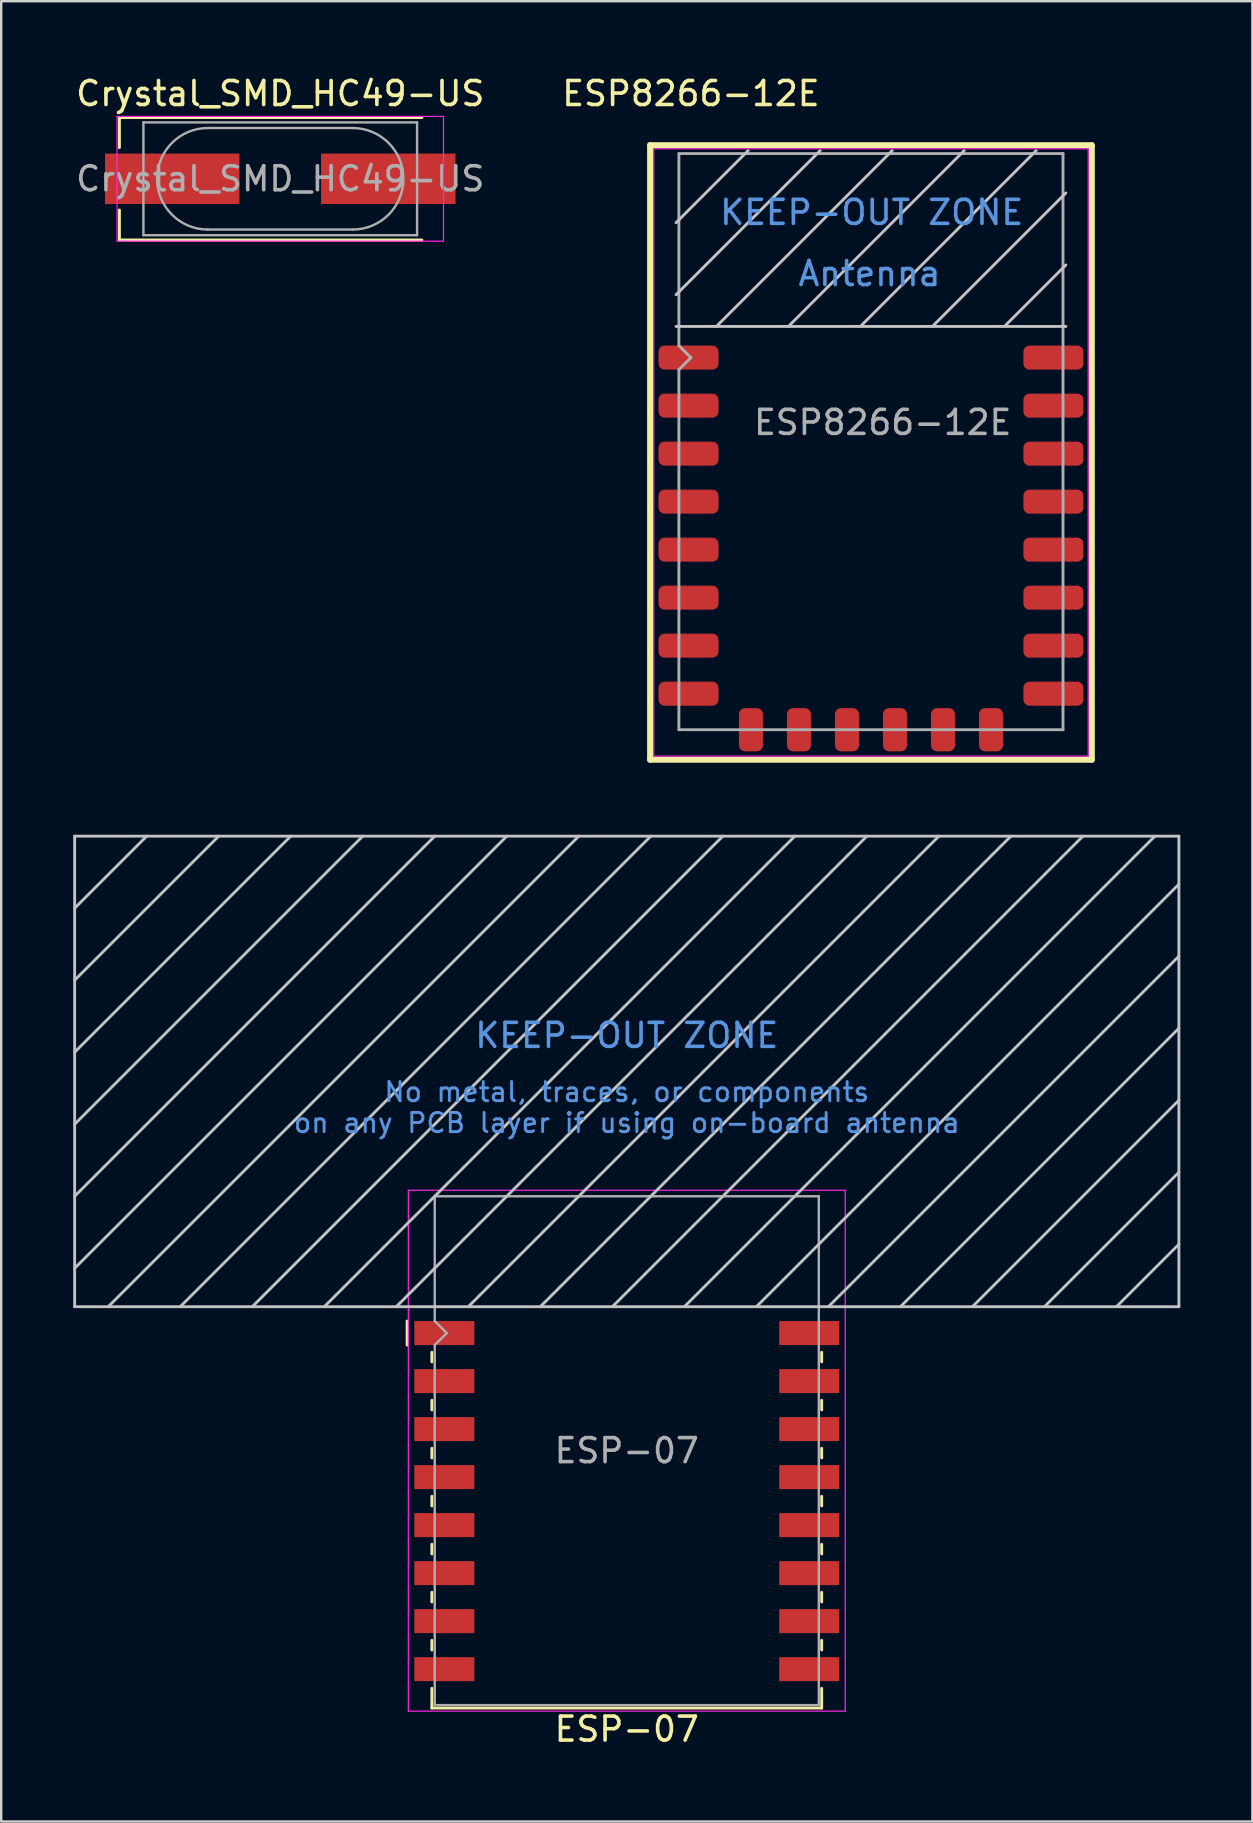
<source format=kicad_pcb>
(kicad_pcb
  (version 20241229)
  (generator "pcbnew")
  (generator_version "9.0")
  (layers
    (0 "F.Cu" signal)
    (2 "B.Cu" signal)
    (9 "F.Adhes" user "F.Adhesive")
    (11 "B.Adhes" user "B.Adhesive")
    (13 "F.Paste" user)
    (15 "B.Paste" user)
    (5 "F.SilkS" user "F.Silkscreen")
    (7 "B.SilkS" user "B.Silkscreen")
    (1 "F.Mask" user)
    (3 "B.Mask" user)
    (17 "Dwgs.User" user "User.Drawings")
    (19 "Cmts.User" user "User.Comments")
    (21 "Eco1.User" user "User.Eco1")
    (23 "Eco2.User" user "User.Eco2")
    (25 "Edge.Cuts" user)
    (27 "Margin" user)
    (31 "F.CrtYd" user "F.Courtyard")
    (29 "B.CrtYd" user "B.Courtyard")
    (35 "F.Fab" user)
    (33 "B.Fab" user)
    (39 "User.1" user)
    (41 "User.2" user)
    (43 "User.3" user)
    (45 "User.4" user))
  (footprint "ESP-07"
    (layer "F.Cu")
    (at 23.06 57.383)
    (property "Reference" "ESP-07" (at 0 11.6 0) (layer "F.SilkS") (effects (font (size 1 1) (thickness 0.15))))
    (attr smd)
    (fp_line (start -9.15 -5.4) (end -9.15 -4.4) (stroke (width 0.12) (type solid)) (layer "F.SilkS"))
    (fp_line (start -8.12 -3.7) (end -8.12 -4.1) (stroke (width 0.12) (type solid)) (layer "F.SilkS"))
    (fp_line (start -8.12 -1.7) (end -8.12 -2.1) (stroke (width 0.12) (type solid)) (layer "F.SilkS"))
    (fp_line (start -8.12 0.3) (end -8.12 -0.1) (stroke (width 0.12) (type solid)) (layer "F.SilkS"))
    (fp_line (start -8.12 2.3) (end -8.12 1.9) (stroke (width 0.12) (type solid)) (layer "F.SilkS"))
    (fp_line (start -8.12 4.3) (end -8.12 3.9) (stroke (width 0.12) (type solid)) (layer "F.SilkS"))
    (fp_line (start -8.12 6.3) (end -8.12 5.9) (stroke (width 0.12) (type solid)) (layer "F.SilkS"))
    (fp_line (start -8.12 8.3) (end -8.12 7.9) (stroke (width 0.12) (type solid)) (layer "F.SilkS"))
    (fp_line (start -8.12 10.72) (end -8.12 9.9) (stroke (width 0.12) (type solid)) (layer "F.SilkS"))
    (fp_line (start 8.12 -3.7) (end 8.12 -4.1) (stroke (width 0.12) (type solid)) (layer "F.SilkS"))
    (fp_line (start 8.12 -1.7) (end 8.12 -2.1) (stroke (width 0.12) (type solid)) (layer "F.SilkS"))
    (fp_line (start 8.12 0.3) (end 8.12 -0.1) (stroke (width 0.12) (type solid)) (layer "F.SilkS"))
    (fp_line (start 8.12 2.3) (end 8.12 1.9) (stroke (width 0.12) (type solid)) (layer "F.SilkS"))
    (fp_line (start 8.12 4.3) (end 8.12 3.9) (stroke (width 0.12) (type solid)) (layer "F.SilkS"))
    (fp_line (start 8.12 6.3) (end 8.12 5.9) (stroke (width 0.12) (type solid)) (layer "F.SilkS"))
    (fp_line (start 8.12 8.3) (end 8.12 7.9) (stroke (width 0.12) (type solid)) (layer "F.SilkS"))
    (fp_line (start 8.12 9.9) (end 8.12 10.72) (stroke (width 0.12) (type solid)) (layer "F.SilkS"))
    (fp_line (start 8.12 10.72) (end -8.12 10.72) (stroke (width 0.12) (type solid)) (layer "F.SilkS"))
    (fp_line (start -23 -25.6) (end -23 -6) (stroke (width 0.12) (type solid)) (layer "Dwgs.User"))
    (fp_line (start -23 -25.6) (end 23 -25.6) (stroke (width 0.12) (type solid)) (layer "Dwgs.User"))
    (fp_line (start -20 -25.6) (end -23 -22.6) (stroke (width 0.12) (type solid)) (layer "Dwgs.User"))
    (fp_line (start -17 -25.6) (end -23 -19.6) (stroke (width 0.12) (type solid)) (layer "Dwgs.User"))
    (fp_line (start -15.6 -6) (end 4 -25.6) (stroke (width 0.12) (type solid)) (layer "Dwgs.User"))
    (fp_line (start -14 -25.6) (end -23 -16.6) (stroke (width 0.12) (type solid)) (layer "Dwgs.User"))
    (fp_line (start -11 -25.6) (end -23 -13.6) (stroke (width 0.12) (type solid)) (layer "Dwgs.User"))
    (fp_line (start -8 -25.6) (end -23 -10.6) (stroke (width 0.12) (type solid)) (layer "Dwgs.User"))
    (fp_line (start -6.6 -6) (end 13 -25.6) (stroke (width 0.12) (type solid)) (layer "Dwgs.User"))
    (fp_line (start -5 -25.6) (end -23 -7.6) (stroke (width 0.12) (type solid)) (layer "Dwgs.User"))
    (fp_line (start -2 -25.6) (end -21.6 -6) (stroke (width 0.12) (type solid)) (layer "Dwgs.User"))
    (fp_line (start 1 -25.6) (end -18.6 -6) (stroke (width 0.12) (type solid)) (layer "Dwgs.User"))
    (fp_line (start 2.4 -6) (end 22 -25.6) (stroke (width 0.12) (type solid)) (layer "Dwgs.User"))
    (fp_line (start 5.4 -6) (end 23 -23.6) (stroke (width 0.12) (type solid)) (layer "Dwgs.User"))
    (fp_line (start 7 -25.6) (end -12.6 -6) (stroke (width 0.12) (type solid)) (layer "Dwgs.User"))
    (fp_line (start 10 -25.6) (end -9.6 -6) (stroke (width 0.12) (type solid)) (layer "Dwgs.User"))
    (fp_line (start 16 -25.6) (end -3.6 -6) (stroke (width 0.12) (type solid)) (layer "Dwgs.User"))
    (fp_line (start 19 -25.6) (end -0.6 -6) (stroke (width 0.12) (type solid)) (layer "Dwgs.User"))
    (fp_line (start 23 -20.6) (end 8.4 -6) (stroke (width 0.12) (type solid)) (layer "Dwgs.User"))
    (fp_line (start 23 -17.6) (end 11.4 -6) (stroke (width 0.12) (type solid)) (layer "Dwgs.User"))
    (fp_line (start 23 -14.6) (end 14.4 -6) (stroke (width 0.12) (type solid)) (layer "Dwgs.User"))
    (fp_line (start 23 -11.6) (end 17.4 -6) (stroke (width 0.12) (type solid)) (layer "Dwgs.User"))
    (fp_line (start 23 -8.6) (end 20.4 -6) (stroke (width 0.12) (type solid)) (layer "Dwgs.User"))
    (fp_line (start 23 -6) (end -23 -6) (stroke (width 0.12) (type solid)) (layer "Dwgs.User"))
    (fp_line (start 23 -6) (end 23 -25.6) (stroke (width 0.12) (type solid)) (layer "Dwgs.User"))
    (fp_line (start -9.1 -10.85) (end 9.1 -10.85) (stroke (width 0.05) (type solid)) (layer "F.CrtYd"))
    (fp_line (start -9.1 10.85) (end -9.1 -10.85) (stroke (width 0.05) (type solid)) (layer "F.CrtYd"))
    (fp_line (start 9.1 -10.85) (end 9.1 10.85) (stroke (width 0.05) (type solid)) (layer "F.CrtYd"))
    (fp_line (start 9.1 10.85) (end -9.1 10.85) (stroke (width 0.05) (type solid)) (layer "F.CrtYd"))
    (fp_line (start -8 -10.6) (end 8 -10.6) (stroke (width 0.1) (type solid)) (layer "F.Fab"))
    (fp_line (start -8 -5.4) (end -8 -10.6) (stroke (width 0.1) (type solid)) (layer "F.Fab"))
    (fp_line (start -8 -4.4) (end -7.5 -4.9) (stroke (width 0.1) (type solid)) (layer "F.Fab"))
    (fp_line (start -8 10.6) (end -8 -4.4) (stroke (width 0.1) (type solid)) (layer "F.Fab"))
    (fp_line (start -7.5 -4.9) (end -8 -5.4) (stroke (width 0.1) (type solid)) (layer "F.Fab"))
    (fp_line (start 8 -10.6) (end 8 10.6) (stroke (width 0.1) (type solid)) (layer "F.Fab"))
    (fp_line (start 8 10.6) (end -8 10.6) (stroke (width 0.1) (type solid)) (layer "F.Fab"))
    (fp_text user "No metal, traces, or components\non any PCB layer if using on-board antenna" (at 0 -14.3 180) (layer "Cmts.User") (effects (font (size 0.8 0.8) (thickness 0.12))))
    (fp_text user "KEEP-OUT ZONE" (at 0 -17.3 180) (layer "Cmts.User") (effects (font (size 1 1) (thickness 0.15))))
    (fp_text user "${REFERENCE}" (at 0 0 0) (layer "F.Fab") (effects (font (size 1 1) (thickness 0.15))))
    (pad "1" smd rect (at -7.6 -4.9) (size 2.5 1) (layers "F.Cu" "F.Mask" "F.Paste"))
    (pad "2" smd rect (at -7.6 -2.9) (size 2.5 1) (layers "F.Cu" "F.Mask" "F.Paste"))
    (pad "3" smd rect (at -7.6 -0.9) (size 2.5 1) (layers "F.Cu" "F.Mask" "F.Paste"))
    (pad "4" smd rect (at -7.6 1.1) (size 2.5 1) (layers "F.Cu" "F.Mask" "F.Paste"))
    (pad "5" smd rect (at -7.6 3.1) (size 2.5 1) (layers "F.Cu" "F.Mask" "F.Paste"))
    (pad "6" smd rect (at -7.6 5.1) (size 2.5 1) (layers "F.Cu" "F.Mask" "F.Paste"))
    (pad "7" smd rect (at -7.6 7.1) (size 2.5 1) (layers "F.Cu" "F.Mask" "F.Paste"))
    (pad "8" smd rect (at -7.6 9.1) (size 2.5 1) (layers "F.Cu" "F.Mask" "F.Paste"))
    (pad "9" smd rect (at 7.6 9.1) (size 2.5 1) (layers "F.Cu" "F.Mask" "F.Paste"))
    (pad "10" smd rect (at 7.6 7.1) (size 2.5 1) (layers "F.Cu" "F.Mask" "F.Paste"))
    (pad "11" smd rect (at 7.6 5.1) (size 2.5 1) (layers "F.Cu" "F.Mask" "F.Paste"))
    (pad "12" smd rect (at 7.6 3.1) (size 2.5 1) (layers "F.Cu" "F.Mask" "F.Paste"))
    (pad "13" smd rect (at 7.6 1.1) (size 2.5 1) (layers "F.Cu" "F.Mask" "F.Paste"))
    (pad "14" smd rect (at 7.6 -0.9) (size 2.5 1) (layers "F.Cu" "F.Mask" "F.Paste"))
    (pad "15" smd rect (at 7.6 -2.9) (size 2.5 1) (layers "F.Cu" "F.Mask" "F.Paste"))
    (pad "16" smd rect (at 7.6 -4.9) (size 2.5 1) (layers "F.Cu" "F.Mask" "F.Paste")))
  (footprint "Crystal_SMD_HC49-US"
    (layer "F.Cu")
    (at 8.625 4.398)
    (property "Reference" "Crystal_SMD_HC49-US" (at 0 -3.55 0) (layer "F.SilkS") (effects (font (size 1 1) (thickness 0.15))))
    (attr smd)
    (fp_line (start -6.7 -2.55) (end -6.7 -1.3) (stroke (width 0.12) (type solid)) (layer "F.SilkS"))
    (fp_line (start -6.7 1.3) (end -6.7 2.55) (stroke (width 0.12) (type solid)) (layer "F.SilkS"))
    (fp_line (start -6.7 2.55) (end 5.9 2.55) (stroke (width 0.12) (type solid)) (layer "F.SilkS"))
    (fp_line (start 5.9 -2.55) (end -6.7 -2.55) (stroke (width 0.12) (type solid)) (layer "F.SilkS"))
    (fp_line (start -6.8 -2.6) (end -6.8 2.6) (stroke (width 0.05) (type solid)) (layer "F.CrtYd"))
    (fp_line (start -6.8 2.6) (end 6.8 2.6) (stroke (width 0.05) (type solid)) (layer "F.CrtYd"))
    (fp_line (start 6.8 -2.6) (end -6.8 -2.6) (stroke (width 0.05) (type solid)) (layer "F.CrtYd"))
    (fp_line (start 6.8 2.6) (end 6.8 -2.6) (stroke (width 0.05) (type solid)) (layer "F.CrtYd"))
    (fp_line (start -5.7 -2.35) (end -5.7 2.35) (stroke (width 0.1) (type solid)) (layer "F.Fab"))
    (fp_line (start -5.7 2.35) (end 5.7 2.35) (stroke (width 0.1) (type solid)) (layer "F.Fab"))
    (fp_line (start -3.015 -2.115) (end 3.015 -2.115) (stroke (width 0.1) (type solid)) (layer "F.Fab"))
    (fp_line (start -3.015 2.115) (end 3.015 2.115) (stroke (width 0.1) (type solid)) (layer "F.Fab"))
    (fp_line (start 5.7 -2.35) (end -5.7 -2.35) (stroke (width 0.1) (type solid)) (layer "F.Fab"))
    (fp_line (start 5.7 2.35) (end 5.7 -2.35) (stroke (width 0.1) (type solid)) (layer "F.Fab"))
    (fp_arc (start -3.015 2.115) (mid -5.13 0) (end -3.015 -2.115) (stroke (width 0.1) (type solid)) (layer "F.Fab"))
    (fp_arc (start 3.015 -2.115) (mid 5.13 0) (end 3.015 2.115) (stroke (width 0.1) (type solid)) (layer "F.Fab"))
    (fp_text user "${REFERENCE}" (at 0 0 0) (layer "F.Fab") (effects (font (size 1 1) (thickness 0.15))))
    (pad "1" smd rect (at -4.5 0) (size 5.6 2.1) (layers "F.Cu" "F.Mask" "F.Paste"))
    (pad "2" smd rect (at 4.5 0) (size 5.6 2.1) (layers "F.Cu" "F.Mask" "F.Paste")))
  (footprint "ESP8266-12E"
    (layer "F.Cu")
    (at 33.232 15.348)
    (property "Reference" "ESP8266-12E" (at -7.5 -14.5 0) (layer "F.SilkS") (effects (font (size 1 1) (thickness 0.15))))
    (attr smd)
    (fp_line (start -9.2 -12.35) (end 9.2 -12.35) (stroke (width 0.25) (type solid)) (layer "F.SilkS"))
    (fp_line (start -9.2 13.25) (end -9.2 -12.35) (stroke (width 0.25) (type solid)) (layer "F.SilkS"))
    (fp_line (start 9.2 -12.35) (end 9.2 13.25) (stroke (width 0.25) (type solid)) (layer "F.SilkS"))
    (fp_line (start 9.2 13.25) (end -9.2 13.25) (stroke (width 0.25) (type solid)) (layer "F.SilkS"))
    (fp_line (start -8.12 -9.12) (end -5.12 -12.12) (stroke (width 0.12) (type solid)) (layer "Dwgs.User"))
    (fp_line (start -8.12 -6.12) (end -2.12 -12.12) (stroke (width 0.12) (type solid)) (layer "Dwgs.User"))
    (fp_line (start -6.44 -4.8) (end 0.88 -12.12) (stroke (width 0.12) (type solid)) (layer "Dwgs.User"))
    (fp_line (start -3.44 -4.8) (end 3.88 -12.12) (stroke (width 0.12) (type solid)) (layer "Dwgs.User"))
    (fp_line (start -0.44 -4.8) (end 6.88 -12.12) (stroke (width 0.12) (type solid)) (layer "Dwgs.User"))
    (fp_line (start 2.56 -4.8) (end 8.12 -10.36) (stroke (width 0.12) (type solid)) (layer "Dwgs.User"))
    (fp_line (start 5.56 -4.8) (end 8.12 -7.36) (stroke (width 0.12) (type solid)) (layer "Dwgs.User"))
    (fp_line (start 8.12 -4.8) (end -8.12 -4.8) (stroke (width 0.12) (type solid)) (layer "Dwgs.User"))
    (fp_line (start -9.05 -12.2) (end 9.05 -12.2) (stroke (width 0.05) (type solid)) (layer "F.CrtYd"))
    (fp_line (start -9.05 13.1) (end -9.05 -12.2) (stroke (width 0.05) (type solid)) (layer "F.CrtYd"))
    (fp_line (start 9.05 -12.2) (end 9.05 13.1) (stroke (width 0.05) (type solid)) (layer "F.CrtYd"))
    (fp_line (start 9.05 13.1) (end -9.05 13.1) (stroke (width 0.05) (type solid)) (layer "F.CrtYd"))
    (fp_line (start -8 -12) (end 8 -12) (stroke (width 0.12) (type solid)) (layer "F.Fab"))
    (fp_line (start -8 -4) (end -8 -12) (stroke (width 0.12) (type solid)) (layer "F.Fab"))
    (fp_line (start -8 -3) (end -7.5 -3.5) (stroke (width 0.12) (type solid)) (layer "F.Fab"))
    (fp_line (start -8 12) (end -8 -3) (stroke (width 0.12) (type solid)) (layer "F.Fab"))
    (fp_line (start -7.5 -3.5) (end -8 -4) (stroke (width 0.12) (type solid)) (layer "F.Fab"))
    (fp_line (start 8 -12) (end 8 12) (stroke (width 0.12) (type solid)) (layer "F.Fab"))
    (fp_line (start 8 12) (end -8 12) (stroke (width 0.12) (type solid)) (layer "F.Fab"))
    (fp_text user "KEEP-OUT ZONE" (at 0.03 -9.55 180) (layer "Cmts.User") (effects (font (size 1 1) (thickness 0.15))))
    (fp_text user "Antenna" (at -0.06 -7 180) (layer "Cmts.User") (effects (font (size 1 1) (thickness 0.15))))
    (fp_text user "${REFERENCE}" (at 0.49 -0.8 0) (layer "F.Fab") (effects (font (size 1 1) (thickness 0.15))))
    (pad "1" smd roundrect (at -7.6 -3.5) (size 2.5 1) (layers "F.Cu" "F.Mask" "F.Paste") (roundrect_rratio 0.25))
    (pad "2" smd roundrect (at -7.6 -1.5) (size 2.5 1) (layers "F.Cu" "F.Mask" "F.Paste") (roundrect_rratio 0.25))
    (pad "3" smd roundrect (at -7.6 0.5) (size 2.5 1) (layers "F.Cu" "F.Mask" "F.Paste") (roundrect_rratio 0.25))
    (pad "4" smd roundrect (at -7.6 2.5) (size 2.5 1) (layers "F.Cu" "F.Mask" "F.Paste") (roundrect_rratio 0.25))
    (pad "5" smd roundrect (at -7.6 4.5) (size 2.5 1) (layers "F.Cu" "F.Mask" "F.Paste") (roundrect_rratio 0.25))
    (pad "6" smd roundrect (at -7.6 6.5) (size 2.5 1) (layers "F.Cu" "F.Mask" "F.Paste") (roundrect_rratio 0.25))
    (pad "7" smd roundrect (at -7.6 8.5) (size 2.5 1) (layers "F.Cu" "F.Mask" "F.Paste") (roundrect_rratio 0.25))
    (pad "8" smd roundrect (at -7.6 10.5) (size 2.5 1) (layers "F.Cu" "F.Mask" "F.Paste") (roundrect_rratio 0.25))
    (pad "9" smd roundrect (at -5 12) (size 1 1.8) (layers "F.Cu" "F.Mask" "F.Paste") (roundrect_rratio 0.25))
    (pad "10" smd roundrect (at -3 12) (size 1 1.8) (layers "F.Cu" "F.Mask" "F.Paste") (roundrect_rratio 0.25))
    (pad "11" smd roundrect (at -1 12) (size 1 1.8) (layers "F.Cu" "F.Mask" "F.Paste") (roundrect_rratio 0.25))
    (pad "12" smd roundrect (at 1 12) (size 1 1.8) (layers "F.Cu" "F.Mask" "F.Paste") (roundrect_rratio 0.25))
    (pad "13" smd roundrect (at 3 12) (size 1 1.8) (layers "F.Cu" "F.Mask" "F.Paste") (roundrect_rratio 0.25))
    (pad "14" smd roundrect (at 5 12) (size 1 1.8) (layers "F.Cu" "F.Mask" "F.Paste") (roundrect_rratio 0.25))
    (pad "15" smd roundrect (at 7.6 10.5) (size 2.5 1) (layers "F.Cu" "F.Mask" "F.Paste") (roundrect_rratio 0.25))
    (pad "16" smd roundrect (at 7.6 8.5) (size 2.5 1) (layers "F.Cu" "F.Mask" "F.Paste") (roundrect_rratio 0.25))
    (pad "17" smd roundrect (at 7.6 6.5) (size 2.5 1) (layers "F.Cu" "F.Mask" "F.Paste") (roundrect_rratio 0.25))
    (pad "18" smd roundrect (at 7.6 4.5) (size 2.5 1) (layers "F.Cu" "F.Mask" "F.Paste") (roundrect_rratio 0.25))
    (pad "19" smd roundrect (at 7.6 2.5) (size 2.5 1) (layers "F.Cu" "F.Mask" "F.Paste") (roundrect_rratio 0.25))
    (pad "20" smd roundrect (at 7.6 0.5) (size 2.5 1) (layers "F.Cu" "F.Mask" "F.Paste") (roundrect_rratio 0.25))
    (pad "21" smd roundrect (at 7.6 -1.5) (size 2.5 1) (layers "F.Cu" "F.Mask" "F.Paste") (roundrect_rratio 0.25))
    (pad "22" smd roundrect (at 7.6 -3.5) (size 2.5 1) (layers "F.Cu" "F.Mask" "F.Paste") (roundrect_rratio 0.25)))
  (gr_rect
    (start -3 -3)
    (end 49.12 72.832)
    (stroke (width 0.1) (type default))
    (fill no)
    (layer "Edge.Cuts")))
</source>
